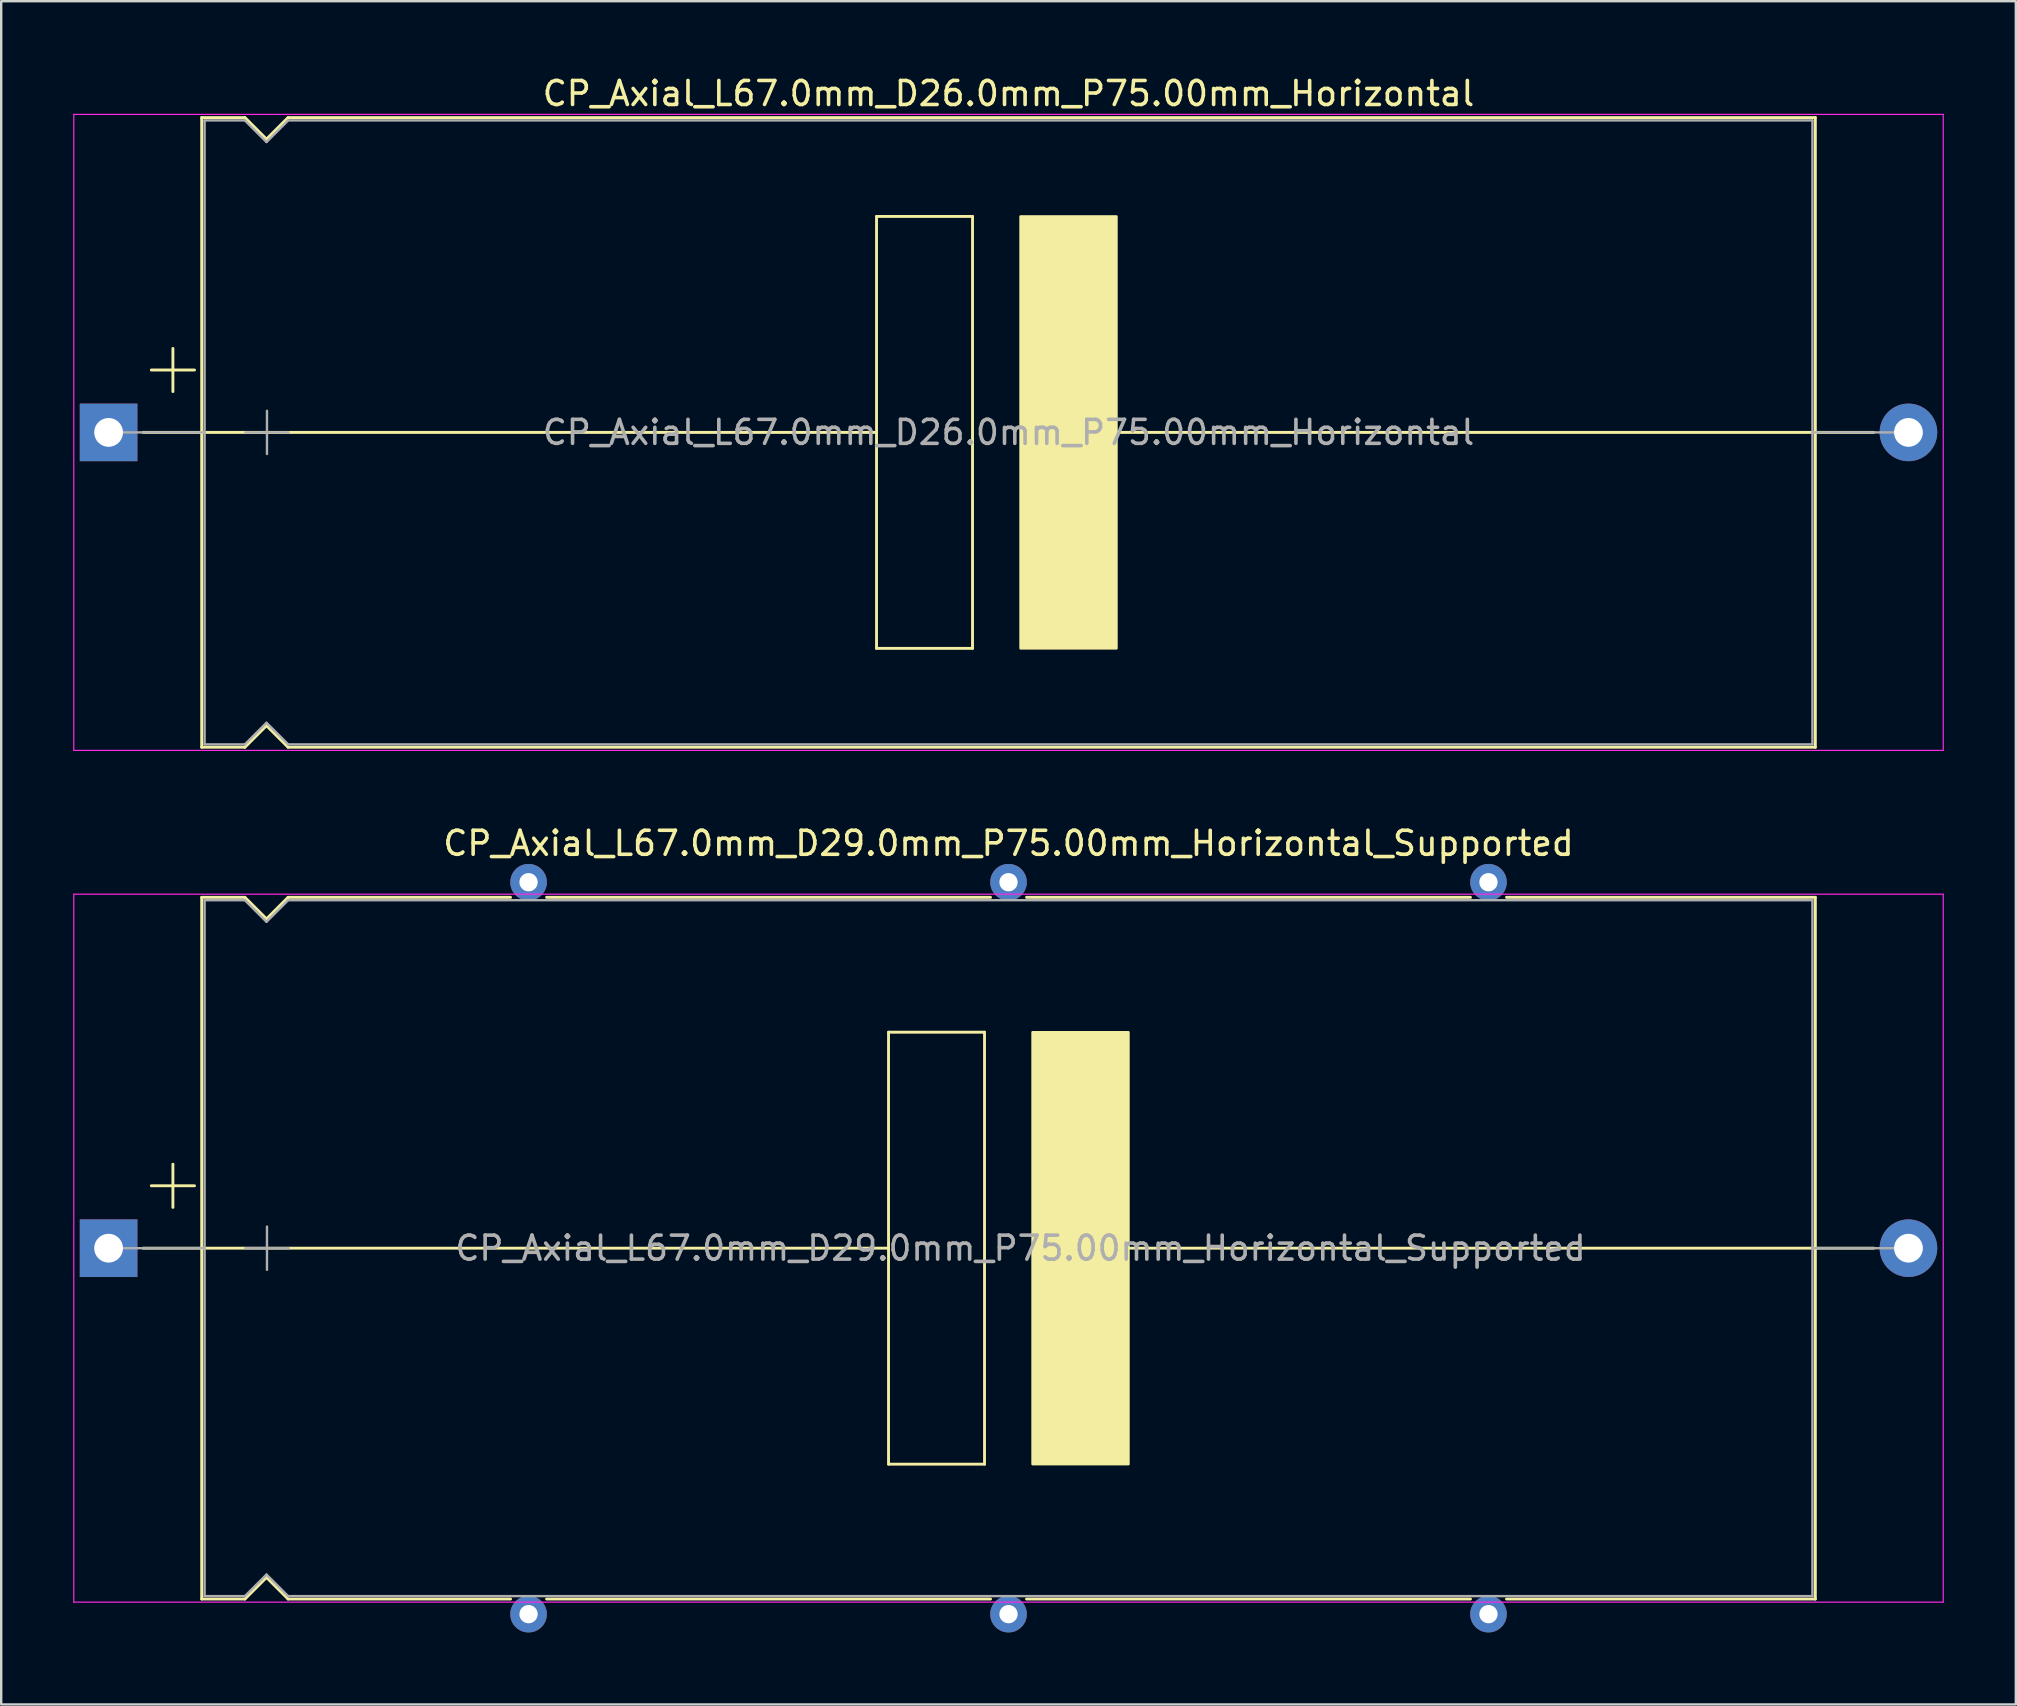
<source format=kicad_pcb>
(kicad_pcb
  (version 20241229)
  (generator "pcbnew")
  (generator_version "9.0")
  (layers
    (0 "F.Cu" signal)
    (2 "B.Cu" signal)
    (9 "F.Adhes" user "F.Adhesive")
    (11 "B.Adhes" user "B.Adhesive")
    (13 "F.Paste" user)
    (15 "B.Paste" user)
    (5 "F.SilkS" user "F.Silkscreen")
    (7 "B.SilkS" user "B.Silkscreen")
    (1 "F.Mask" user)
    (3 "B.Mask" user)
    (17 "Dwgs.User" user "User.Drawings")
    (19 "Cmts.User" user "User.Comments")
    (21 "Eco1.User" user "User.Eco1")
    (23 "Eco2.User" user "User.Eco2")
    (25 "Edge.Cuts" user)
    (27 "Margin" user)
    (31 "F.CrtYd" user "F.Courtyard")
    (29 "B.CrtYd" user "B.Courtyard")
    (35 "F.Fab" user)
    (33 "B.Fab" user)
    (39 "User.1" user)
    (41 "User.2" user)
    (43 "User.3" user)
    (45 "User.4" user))
  (footprint "CP_Axial_L67.0mm_D26.0mm_P75.00mm_Horizontal"
    (layer "F.Cu")
    (at 1.475 14.968)
    (property "Reference" "CP_Axial_L67.0mm_D26.0mm_P75.00mm_Horizontal" (at 37.5 -14.12 0) (layer "F.SilkS") (effects (font (size 1 1) (thickness 0.15))))
    (attr through_hole)
    (fp_line (start 1.44 0) (end 3.88 0) (stroke (width 0.12) (type solid)) (layer "F.SilkS"))
    (fp_line (start 1.78 -2.6) (end 3.58 -2.6) (stroke (width 0.12) (type solid)) (layer "F.SilkS"))
    (fp_line (start 2.68 -3.5) (end 2.68 -1.7) (stroke (width 0.12) (type solid)) (layer "F.SilkS"))
    (fp_line (start 3.88 -13.12) (end 3.88 13.12) (stroke (width 0.12) (type solid)) (layer "F.SilkS"))
    (fp_line (start 3.88 -13.12) (end 5.68 -13.12) (stroke (width 0.12) (type solid)) (layer "F.SilkS"))
    (fp_line (start 3.88 0) (end 32 0) (stroke (width 0.12) (type solid)) (layer "F.SilkS"))
    (fp_line (start 3.88 13.12) (end 5.68 13.12) (stroke (width 0.12) (type solid)) (layer "F.SilkS"))
    (fp_line (start 5.68 -13.12) (end 6.58 -12.22) (stroke (width 0.12) (type solid)) (layer "F.SilkS"))
    (fp_line (start 5.68 13.12) (end 6.58 12.22) (stroke (width 0.12) (type solid)) (layer "F.SilkS"))
    (fp_line (start 6.58 -12.22) (end 7.48 -13.12) (stroke (width 0.12) (type solid)) (layer "F.SilkS"))
    (fp_line (start 6.58 12.22) (end 7.48 13.12) (stroke (width 0.12) (type solid)) (layer "F.SilkS"))
    (fp_line (start 7.48 -13.12) (end 71.12 -13.12) (stroke (width 0.12) (type solid)) (layer "F.SilkS"))
    (fp_line (start 7.48 13.12) (end 71.12 13.12) (stroke (width 0.12) (type solid)) (layer "F.SilkS"))
    (fp_line (start 32 -9) (end 36 -9) (stroke (width 0.12) (type solid)) (layer "F.SilkS"))
    (fp_line (start 32 9) (end 32 -9) (stroke (width 0.12) (type solid)) (layer "F.SilkS"))
    (fp_line (start 36 -9) (end 36 9) (stroke (width 0.12) (type solid)) (layer "F.SilkS"))
    (fp_line (start 36 9) (end 32 9) (stroke (width 0.12) (type solid)) (layer "F.SilkS"))
    (fp_line (start 42 0) (end 71.12 0) (stroke (width 0.12) (type solid)) (layer "F.SilkS"))
    (fp_line (start 71.12 -13.12) (end 71.12 13.12) (stroke (width 0.12) (type solid)) (layer "F.SilkS"))
    (fp_line (start 73.56 0) (end 71.12 0) (stroke (width 0.12) (type solid)) (layer "F.SilkS"))
    (fp_poly (pts (xy 42 9) (xy 38 9) (xy 38 -9) (xy 42 -9)) (stroke (width 0.1) (type solid)) (fill yes) (layer "F.SilkS"))
    (fp_line (start -1.45 -13.25) (end -1.45 13.25) (stroke (width 0.05) (type solid)) (layer "F.CrtYd"))
    (fp_line (start -1.45 13.25) (end 76.45 13.25) (stroke (width 0.05) (type solid)) (layer "F.CrtYd"))
    (fp_line (start 76.45 -13.25) (end -1.45 -13.25) (stroke (width 0.05) (type solid)) (layer "F.CrtYd"))
    (fp_line (start 76.45 13.25) (end 76.45 -13.25) (stroke (width 0.05) (type solid)) (layer "F.CrtYd"))
    (fp_line (start 0 0) (end 4 0) (stroke (width 0.1) (type solid)) (layer "F.Fab"))
    (fp_line (start 4 -13) (end 4 13) (stroke (width 0.1) (type solid)) (layer "F.Fab"))
    (fp_line (start 4 -13) (end 5.68 -13) (stroke (width 0.1) (type solid)) (layer "F.Fab"))
    (fp_line (start 4 13) (end 5.68 13) (stroke (width 0.1) (type solid)) (layer "F.Fab"))
    (fp_line (start 5.68 -13) (end 6.58 -12.1) (stroke (width 0.1) (type solid)) (layer "F.Fab"))
    (fp_line (start 5.68 13) (end 6.58 12.1) (stroke (width 0.1) (type solid)) (layer "F.Fab"))
    (fp_line (start 5.7 0) (end 7.5 0) (stroke (width 0.1) (type solid)) (layer "F.Fab"))
    (fp_line (start 6.58 -12.1) (end 7.48 -13) (stroke (width 0.1) (type solid)) (layer "F.Fab"))
    (fp_line (start 6.58 12.1) (end 7.48 13) (stroke (width 0.1) (type solid)) (layer "F.Fab"))
    (fp_line (start 6.6 -0.9) (end 6.6 0.9) (stroke (width 0.1) (type solid)) (layer "F.Fab"))
    (fp_line (start 7.48 -13) (end 71 -13) (stroke (width 0.1) (type solid)) (layer "F.Fab"))
    (fp_line (start 7.48 13) (end 71 13) (stroke (width 0.1) (type solid)) (layer "F.Fab"))
    (fp_line (start 71 -13) (end 71 13) (stroke (width 0.1) (type solid)) (layer "F.Fab"))
    (fp_line (start 75 0) (end 71 0) (stroke (width 0.1) (type solid)) (layer "F.Fab"))
    (fp_text user "${REFERENCE}" (at 37.5 0 0) (layer "F.Fab") (effects (font (size 1 1) (thickness 0.15))))
    (pad "1" thru_hole rect (at 0 0) (size 2.4 2.4) (drill 1.2) (layers "*.Cu" "*.Mask"))
    (pad "2" thru_hole oval (at 75 0) (size 2.4 2.4) (drill 1.2) (layers "*.Cu" "*.Mask")))
  (footprint "CP_Axial_L67.0mm_D29.0mm_P75.00mm_Horizontal_Supported"
    (layer "F.Cu")
    (at 1.475 48.962)
    (property "Reference" "CP_Axial_L67.0mm_D29.0mm_P75.00mm_Horizontal_Supported" (at 37.5 -16.87 0) (layer "F.SilkS") (effects (font (size 1 1) (thickness 0.15))))
    (attr through_hole)
    (fp_line (start 1.44 0) (end 3.88 0) (stroke (width 0.12) (type solid)) (layer "F.SilkS"))
    (fp_line (start 1.78 -2.6) (end 3.58 -2.6) (stroke (width 0.12) (type solid)) (layer "F.SilkS"))
    (fp_line (start 2.68 -3.5) (end 2.68 -1.7) (stroke (width 0.12) (type solid)) (layer "F.SilkS"))
    (fp_line (start 3.88 -14.62) (end 3.88 14.62) (stroke (width 0.12) (type solid)) (layer "F.SilkS"))
    (fp_line (start 3.88 -14.62) (end 5.68 -14.62) (stroke (width 0.12) (type solid)) (layer "F.SilkS"))
    (fp_line (start 3.88 0) (end 32.5 0) (stroke (width 0.12) (type solid)) (layer "F.SilkS"))
    (fp_line (start 3.88 14.62) (end 5.68 14.62) (stroke (width 0.12) (type solid)) (layer "F.SilkS"))
    (fp_line (start 5.68 -14.62) (end 6.58 -13.72) (stroke (width 0.12) (type solid)) (layer "F.SilkS"))
    (fp_line (start 5.68 14.62) (end 6.58 13.72) (stroke (width 0.12) (type solid)) (layer "F.SilkS"))
    (fp_line (start 6.58 -13.72) (end 7.48 -14.62) (stroke (width 0.12) (type solid)) (layer "F.SilkS"))
    (fp_line (start 6.58 13.72) (end 7.48 14.62) (stroke (width 0.12) (type solid)) (layer "F.SilkS"))
    (fp_line (start 7.48 -14.62) (end 16.75 -14.62) (stroke (width 0.12) (type solid)) (layer "F.SilkS"))
    (fp_line (start 7.48 14.62) (end 16.75 14.62) (stroke (width 0.12) (type solid)) (layer "F.SilkS"))
    (fp_line (start 18.25 -14.62) (end 36.75 -14.62) (stroke (width 0.12) (type solid)) (layer "F.SilkS"))
    (fp_line (start 18.25 14.62) (end 36.75 14.62) (stroke (width 0.12) (type solid)) (layer "F.SilkS"))
    (fp_line (start 32.5 -9) (end 36.5 -9) (stroke (width 0.12) (type solid)) (layer "F.SilkS"))
    (fp_line (start 32.5 9) (end 32.5 -9) (stroke (width 0.12) (type solid)) (layer "F.SilkS"))
    (fp_line (start 36.5 -9) (end 36.5 9) (stroke (width 0.12) (type solid)) (layer "F.SilkS"))
    (fp_line (start 36.5 9) (end 32.5 9) (stroke (width 0.12) (type solid)) (layer "F.SilkS"))
    (fp_line (start 38.25 -14.62) (end 56.75 -14.62) (stroke (width 0.12) (type solid)) (layer "F.SilkS"))
    (fp_line (start 38.25 14.62) (end 56.75 14.62) (stroke (width 0.12) (type solid)) (layer "F.SilkS"))
    (fp_line (start 42 0) (end 71.12 0) (stroke (width 0.12) (type solid)) (layer "F.SilkS"))
    (fp_line (start 58.25 -14.62) (end 71.12 -14.62) (stroke (width 0.12) (type solid)) (layer "F.SilkS"))
    (fp_line (start 58.25 14.62) (end 71.12 14.62) (stroke (width 0.12) (type solid)) (layer "F.SilkS"))
    (fp_line (start 71.12 -14.62) (end 71.12 14.62) (stroke (width 0.12) (type solid)) (layer "F.SilkS"))
    (fp_line (start 73.56 0) (end 71.12 0) (stroke (width 0.12) (type solid)) (layer "F.SilkS"))
    (fp_poly (pts (xy 42.5 9) (xy 38.5 9) (xy 38.5 -9) (xy 42.5 -9)) (stroke (width 0.1) (type solid)) (fill yes) (layer "F.SilkS"))
    (fp_line (start -1.45 -14.75) (end -1.45 14.75) (stroke (width 0.05) (type solid)) (layer "F.CrtYd"))
    (fp_line (start -1.45 14.75) (end 76.45 14.75) (stroke (width 0.05) (type solid)) (layer "F.CrtYd"))
    (fp_line (start 76.45 -14.75) (end -1.45 -14.75) (stroke (width 0.05) (type solid)) (layer "F.CrtYd"))
    (fp_line (start 76.45 14.75) (end 76.45 -14.75) (stroke (width 0.05) (type solid)) (layer "F.CrtYd"))
    (fp_line (start 0 0) (end 4 0) (stroke (width 0.1) (type solid)) (layer "F.Fab"))
    (fp_line (start 4 -14.5) (end 4 14.5) (stroke (width 0.1) (type solid)) (layer "F.Fab"))
    (fp_line (start 4 -14.5) (end 5.68 -14.5) (stroke (width 0.1) (type solid)) (layer "F.Fab"))
    (fp_line (start 4 14.5) (end 5.68 14.5) (stroke (width 0.1) (type solid)) (layer "F.Fab"))
    (fp_line (start 5.68 -14.5) (end 6.58 -13.6) (stroke (width 0.1) (type solid)) (layer "F.Fab"))
    (fp_line (start 5.68 14.5) (end 6.58 13.6) (stroke (width 0.1) (type solid)) (layer "F.Fab"))
    (fp_line (start 5.7 0) (end 7.5 0) (stroke (width 0.1) (type solid)) (layer "F.Fab"))
    (fp_line (start 6.58 -13.6) (end 7.48 -14.5) (stroke (width 0.1) (type solid)) (layer "F.Fab"))
    (fp_line (start 6.58 13.6) (end 7.48 14.5) (stroke (width 0.1) (type solid)) (layer "F.Fab"))
    (fp_line (start 6.6 -0.9) (end 6.6 0.9) (stroke (width 0.1) (type solid)) (layer "F.Fab"))
    (fp_line (start 7.48 -14.5) (end 71 -14.5) (stroke (width 0.1) (type solid)) (layer "F.Fab"))
    (fp_line (start 7.48 14.5) (end 71 14.5) (stroke (width 0.1) (type solid)) (layer "F.Fab"))
    (fp_line (start 71 -14.5) (end 71 14.5) (stroke (width 0.1) (type solid)) (layer "F.Fab"))
    (fp_line (start 75 0) (end 71 0) (stroke (width 0.1) (type solid)) (layer "F.Fab"))
    (fp_text user "${REFERENCE}" (at 38 0 0) (layer "F.Fab") (effects (font (size 1 1) (thickness 0.15))))
    (pad "" thru_hole circle (at 17.5 -15.25) (size 1.524 1.524) (drill 0.762) (layers "*.Cu" "*.Mask"))
    (pad "" thru_hole circle (at 17.5 15.25) (size 1.524 1.524) (drill 0.762) (layers "*.Cu" "*.Mask"))
    (pad "" thru_hole circle (at 37.5 -15.25) (size 1.524 1.524) (drill 0.762) (layers "*.Cu" "*.Mask"))
    (pad "" thru_hole circle (at 37.5 15.25) (size 1.524 1.524) (drill 0.762) (layers "*.Cu" "*.Mask"))
    (pad "" thru_hole circle (at 57.5 -15.25) (size 1.524 1.524) (drill 0.762) (layers "*.Cu" "*.Mask"))
    (pad "" thru_hole circle (at 57.5 15.25) (size 1.524 1.524) (drill 0.762) (layers "*.Cu" "*.Mask"))
    (pad "1" thru_hole rect (at 0 0) (size 2.4 2.4) (drill 1.2) (layers "*.Cu" "*.Mask"))
    (pad "2" thru_hole oval (at 75 0) (size 2.4 2.4) (drill 1.2) (layers "*.Cu" "*.Mask")))
  (gr_rect
    (start -3 -3)
    (end 80.95 67.974)
    (stroke (width 0.1) (type default))
    (fill no)
    (layer "Edge.Cuts")))
</source>
